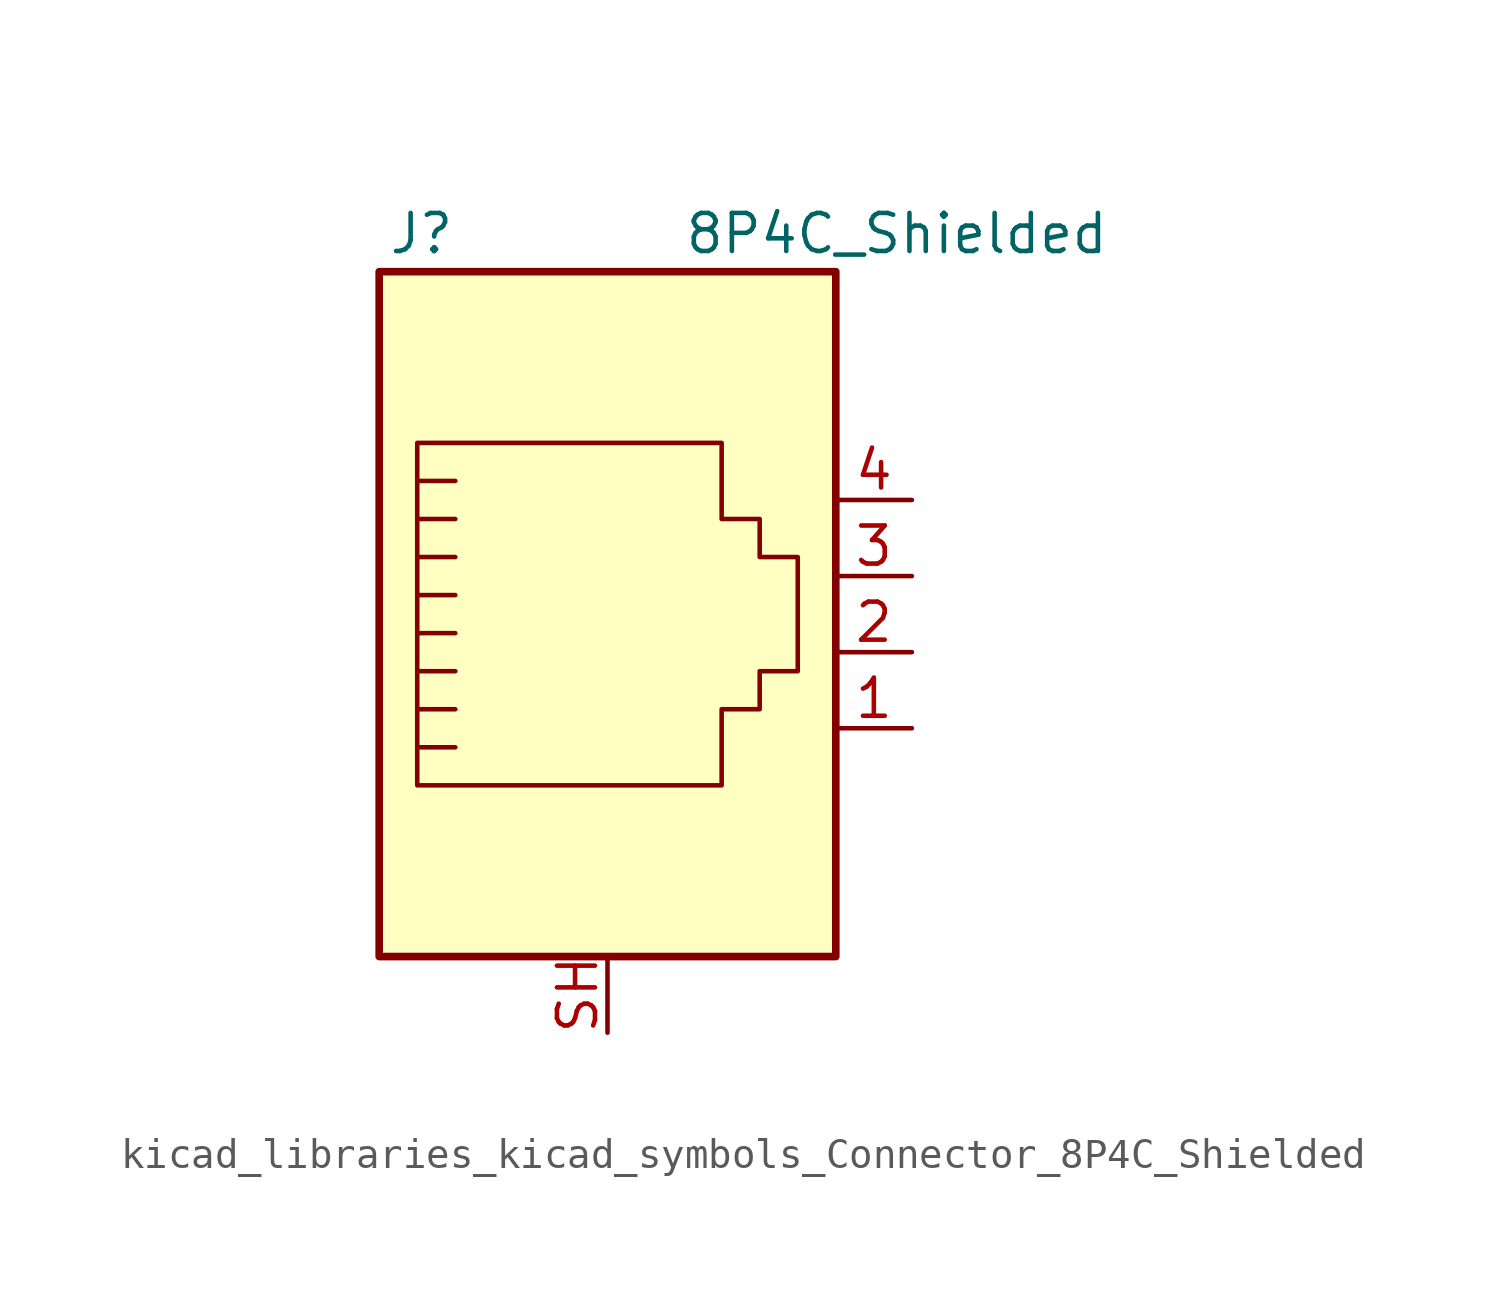
<source format=kicad_sym>
(kicad_symbol_lib
  (version 20220914)
  (generator kicad_symbol_editor)
  (symbol "kicad_libraries_kicad_symbols_Connector_8P4C_Shielded"
    (pin_names
      (offset 1.016))
    (property "Reference" "J"
      (at -5.08 13.97 0)
      (effects (font (size 1.27 1.27)) (justify right)))
    (property "Value" "8P4C_Shielded"
      (at 2.54 13.97 0)
      (effects (font (size 1.27 1.27)) (justify left)))
    (symbol "kicad_libraries_kicad_symbols_Connector_8P4C_Shielded_0_1"
      (polyline (pts (xy -5.08 4.445) (xy -6.35 4.445)) (stroke (width 0) (type default)) (fill (type none)))
      (polyline (pts (xy -5.08 5.715) (xy -6.35 5.715)) (stroke (width 0) (type default)) (fill (type none)))
      (polyline (pts (xy -6.35 -3.175) (xy -5.08 -3.175) (xy -5.08 -3.175)) (stroke (width 0) (type default)) (fill (type none)))
      (polyline (pts (xy -6.35 -1.905) (xy -5.08 -1.905) (xy -5.08 -1.905)) (stroke (width 0) (type default)) (fill (type none)))
      (polyline (pts (xy -6.35 -0.635) (xy -5.08 -0.635) (xy -5.08 -0.635)) (stroke (width 0) (type default)) (fill (type none)))
      (polyline (pts (xy -6.35 0.635) (xy -5.08 0.635) (xy -5.08 0.635)) (stroke (width 0) (type default)) (fill (type none)))
      (polyline (pts (xy -6.35 1.905) (xy -5.08 1.905) (xy -5.08 1.905)) (stroke (width 0) (type default)) (fill (type none)))
      (polyline (pts (xy -5.08 3.175) (xy -6.35 3.175) (xy -6.35 3.175)) (stroke (width 0) (type default)) (fill (type none)))
      (polyline (pts (xy -6.35 -4.445) (xy -6.35 6.985) (xy 3.81 6.985) (xy 3.81 4.445) (xy 5.08 4.445) (xy 5.08 3.175) (xy 6.35 3.175) (xy 6.35 -0.635) (xy 5.08 -0.635) (xy 5.08 -1.905) (xy 3.81 -1.905) (xy 3.81 -4.445) (xy -6.35 -4.445) (xy -6.35 -4.445)) (stroke (width 0) (type default)) (fill (type none)))
      (rectangle (start 7.62 12.7) (end -7.62 -10.16) (stroke (width 0.254) (type default)) (fill (type background))))
    (symbol "kicad_libraries_kicad_symbols_Connector_8P4C_Shielded_1_1"
      (pin passive line (at 10.16 -2.54 180) (length 2.54) (name "~" (effects (font (size 1.27 1.27)))) (number "1" (effects (font (size 1.27 1.27)))))
      (pin passive line (at 10.16 0 180) (length 2.54) (name "~" (effects (font (size 1.27 1.27)))) (number "2" (effects (font (size 1.27 1.27)))))
      (pin passive line (at 10.16 2.54 180) (length 2.54) (name "~" (effects (font (size 1.27 1.27)))) (number "3" (effects (font (size 1.27 1.27)))))
      (pin passive line (at 10.16 5.08 180) (length 2.54) (name "~" (effects (font (size 1.27 1.27)))) (number "4" (effects (font (size 1.27 1.27)))))
      (pin passive line (at 0 -12.7 90) (length 2.54) (name "~" (effects (font (size 1.27 1.27)))) (number "SH" (effects (font (size 1.27 1.27))))))))
</source>
